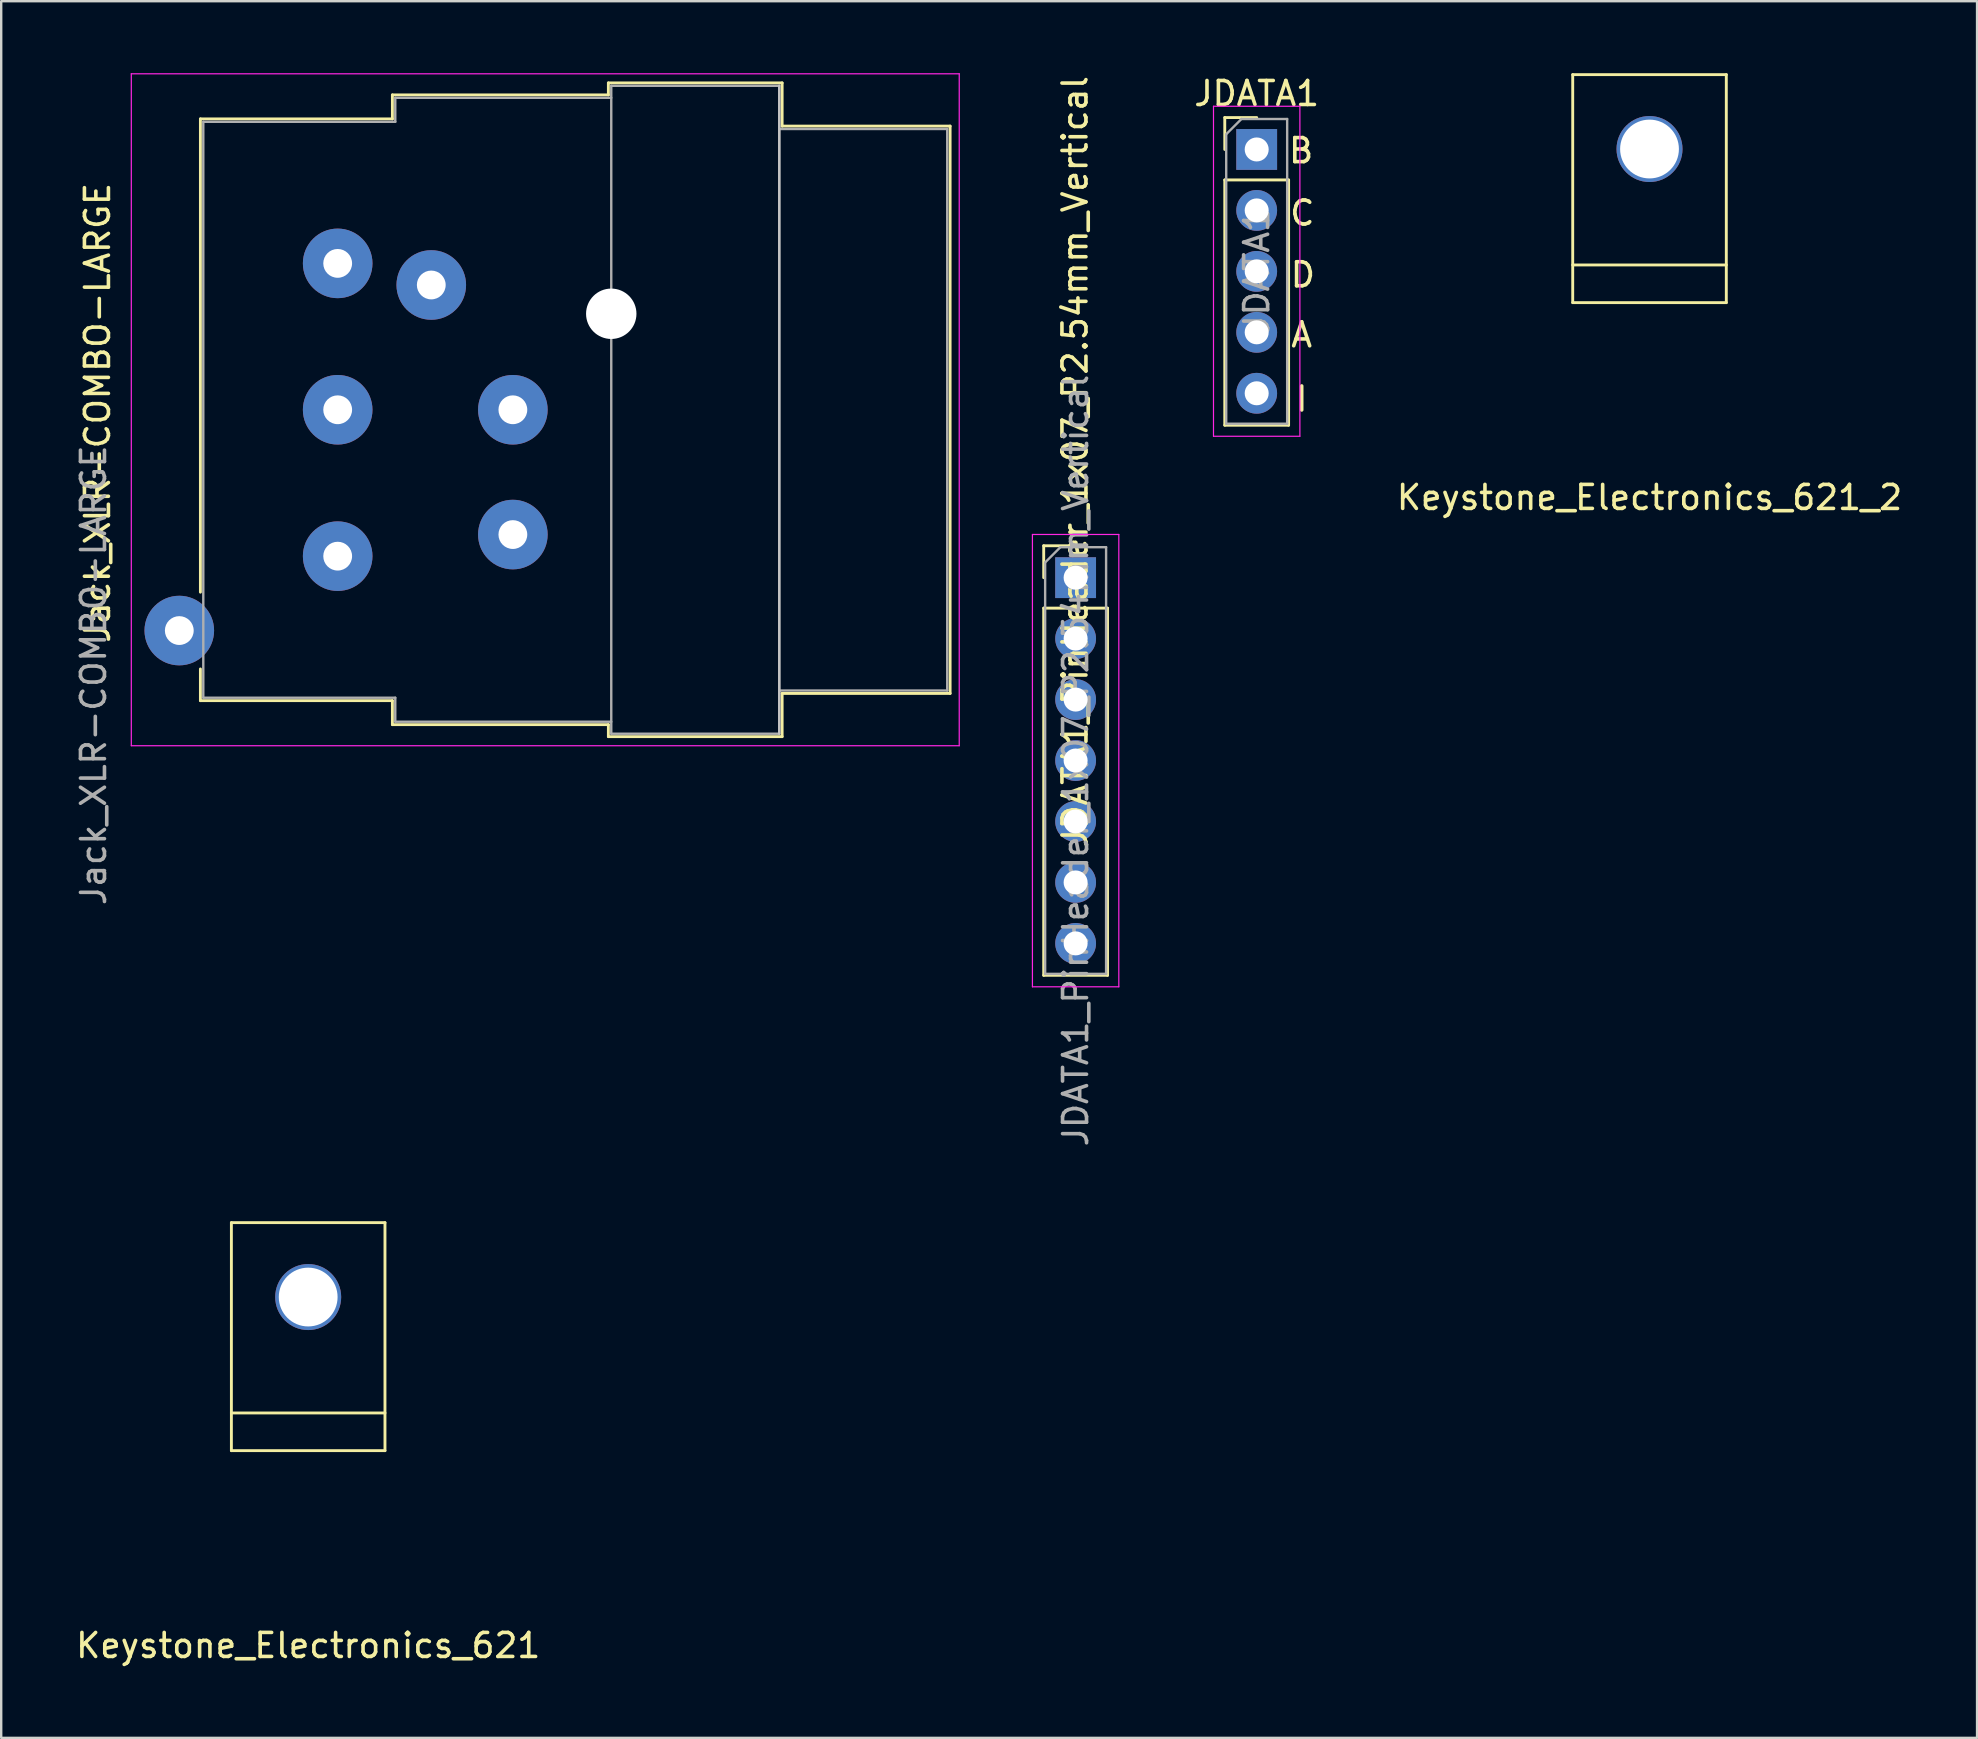
<source format=kicad_pcb>
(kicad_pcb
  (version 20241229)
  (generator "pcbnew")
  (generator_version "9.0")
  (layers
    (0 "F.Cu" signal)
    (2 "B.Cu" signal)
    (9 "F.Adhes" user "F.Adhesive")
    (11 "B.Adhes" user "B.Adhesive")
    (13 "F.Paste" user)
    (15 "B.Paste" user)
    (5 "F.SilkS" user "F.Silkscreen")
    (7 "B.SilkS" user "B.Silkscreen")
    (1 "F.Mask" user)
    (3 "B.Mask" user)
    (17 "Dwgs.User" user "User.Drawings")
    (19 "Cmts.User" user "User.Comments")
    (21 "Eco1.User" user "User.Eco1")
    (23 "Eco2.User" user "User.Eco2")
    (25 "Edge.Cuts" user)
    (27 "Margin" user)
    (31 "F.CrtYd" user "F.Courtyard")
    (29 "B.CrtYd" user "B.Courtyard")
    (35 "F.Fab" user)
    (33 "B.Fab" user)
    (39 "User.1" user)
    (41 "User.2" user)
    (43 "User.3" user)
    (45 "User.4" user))
  (footprint "JDATA1_PinHeader_1x07_P2.54mm_Vertical"
    (layer "F.Cu")
    (at 41.771 21.021)
    (property "Reference" "JDATA1_PinHeader_1x07_P2.54mm_Vertical" (at -0.025 -4.825 90) (layer "F.SilkS") (effects (font (size 1 1) (thickness 0.15))))
    (attr through_hole)
    (fp_line (start -1.33 -1.33) (end 0 -1.33) (stroke (width 0.12) (type solid)) (layer "F.SilkS"))
    (fp_line (start -1.33 0) (end -1.33 -1.33) (stroke (width 0.12) (type solid)) (layer "F.SilkS"))
    (fp_line (start -1.33 1.27) (end -1.33 16.57) (stroke (width 0.12) (type solid)) (layer "F.SilkS"))
    (fp_line (start -1.33 1.27) (end 1.33 1.27) (stroke (width 0.12) (type solid)) (layer "F.SilkS"))
    (fp_line (start -1.33 16.57) (end 1.33 16.57) (stroke (width 0.12) (type solid)) (layer "F.SilkS"))
    (fp_line (start 1.33 1.27) (end 1.33 16.57) (stroke (width 0.12) (type solid)) (layer "F.SilkS"))
    (fp_line (start -1.8 -1.8) (end -1.8 17.05) (stroke (width 0.05) (type solid)) (layer "F.CrtYd"))
    (fp_line (start -1.8 17.05) (end 1.8 17.05) (stroke (width 0.05) (type solid)) (layer "F.CrtYd"))
    (fp_line (start 1.8 -1.8) (end -1.8 -1.8) (stroke (width 0.05) (type solid)) (layer "F.CrtYd"))
    (fp_line (start 1.8 17.05) (end 1.8 -1.8) (stroke (width 0.05) (type solid)) (layer "F.CrtYd"))
    (fp_line (start -1.27 -0.635) (end -0.635 -1.27) (stroke (width 0.1) (type solid)) (layer "F.Fab"))
    (fp_line (start -1.27 16.51) (end -1.27 -0.635) (stroke (width 0.1) (type solid)) (layer "F.Fab"))
    (fp_line (start -0.635 -1.27) (end 1.27 -1.27) (stroke (width 0.1) (type solid)) (layer "F.Fab"))
    (fp_line (start 1.27 -1.27) (end 1.27 16.51) (stroke (width 0.1) (type solid)) (layer "F.Fab"))
    (fp_line (start 1.27 16.51) (end -1.27 16.51) (stroke (width 0.1) (type solid)) (layer "F.Fab"))
    (fp_text user "${REFERENCE}" (at 0 7.62 90) (layer "F.Fab") (effects (font (size 1 1) (thickness 0.15))))
    (pad "1" thru_hole rect (at 0 0) (size 1.7 1.7) (drill 1) (layers "*.Cu" "*.Mask"))
    (pad "2" thru_hole oval (at 0 2.54) (size 1.7 1.7) (drill 1) (layers "*.Cu" "*.Mask"))
    (pad "3" thru_hole oval (at 0 5.08) (size 1.7 1.7) (drill 1) (layers "*.Cu" "*.Mask"))
    (pad "4" thru_hole oval (at 0 7.62) (size 1.7 1.7) (drill 1) (layers "*.Cu" "*.Mask"))
    (pad "5" thru_hole oval (at 0 10.16) (size 1.7 1.7) (drill 1) (layers "*.Cu" "*.Mask"))
    (pad "6" thru_hole oval (at 0 12.7) (size 1.7 1.7) (drill 1) (layers "*.Cu" "*.Mask"))
    (pad "7" thru_hole oval (at 0 15.24) (size 1.7 1.7) (drill 1) (layers "*.Cu" "*.Mask")))
  (footprint "Jack_XLR-COMBO-LARGE"
    (layer "F.Cu")
    (at 11.021 7.925)
    (property "Reference" "Jack_XLR-COMBO-LARGE" (at -10.008 6.227 90) (layer "F.SilkS") (effects (font (size 1 1) (thickness 0.15))))
    (attr through_hole)
    (fp_line (start -5.72 -6.02) (end -5.72 13.7) (stroke (width 0.12) (type solid)) (layer "F.SilkS"))
    (fp_line (start -5.72 16.9) (end -5.72 18.22) (stroke (width 0.12) (type solid)) (layer "F.SilkS"))
    (fp_line (start 2.28 -7.02) (end 2.28 -6.02) (stroke (width 0.12) (type solid)) (layer "F.SilkS"))
    (fp_line (start 2.28 -6.02) (end -5.72 -6.02) (stroke (width 0.12) (type solid)) (layer "F.SilkS"))
    (fp_line (start 2.28 18.22) (end -5.72 18.22) (stroke (width 0.12) (type solid)) (layer "F.SilkS"))
    (fp_line (start 2.28 19.22) (end 2.28 18.22) (stroke (width 0.12) (type solid)) (layer "F.SilkS"))
    (fp_line (start 11.28 -7.02) (end 2.28 -7.02) (stroke (width 0.12) (type solid)) (layer "F.SilkS"))
    (fp_line (start 11.28 -7.02) (end 11.28 -7.52) (stroke (width 0.12) (type solid)) (layer "F.SilkS"))
    (fp_line (start 11.28 19.22) (end 2.28 19.22) (stroke (width 0.12) (type solid)) (layer "F.SilkS"))
    (fp_line (start 11.28 19.72) (end 11.28 19.22) (stroke (width 0.12) (type solid)) (layer "F.SilkS"))
    (fp_line (start 18.52 -7.52) (end 11.28 -7.52) (stroke (width 0.12) (type solid)) (layer "F.SilkS"))
    (fp_line (start 18.52 -7.52) (end 18.52 -5.72) (stroke (width 0.12) (type solid)) (layer "F.SilkS"))
    (fp_line (start 18.52 -5.72) (end 25.52 -5.72) (stroke (width 0.12) (type solid)) (layer "F.SilkS"))
    (fp_line (start 18.52 17.92) (end 18.52 19.72) (stroke (width 0.12) (type solid)) (layer "F.SilkS"))
    (fp_line (start 18.52 17.92) (end 25.52 17.92) (stroke (width 0.12) (type solid)) (layer "F.SilkS"))
    (fp_line (start 18.52 19.72) (end 11.28 19.72) (stroke (width 0.12) (type solid)) (layer "F.SilkS"))
    (fp_line (start 25.52 -5.72) (end 25.52 17.92) (stroke (width 0.12) (type solid)) (layer "F.SilkS"))
    (fp_line (start 18.4 -7.4) (end 18.4 19.6) (stroke (width 0.1) (type solid)) (layer "Dwgs.User"))
    (fp_line (start -8.6 -7.9) (end -8.6 20.1) (stroke (width 0.05) (type solid)) (layer "F.CrtYd"))
    (fp_line (start 25.9 -7.9) (end -8.6 -7.9) (stroke (width 0.05) (type solid)) (layer "F.CrtYd"))
    (fp_line (start 25.9 -7.9) (end 25.9 20.1) (stroke (width 0.05) (type solid)) (layer "F.CrtYd"))
    (fp_line (start 25.9 20.1) (end -8.6 20.1) (stroke (width 0.05) (type solid)) (layer "F.CrtYd"))
    (fp_line (start -5.6 -5.9) (end -5.6 18.1) (stroke (width 0.1) (type solid)) (layer "F.Fab"))
    (fp_line (start -5.6 18.1) (end 2.4 18.1) (stroke (width 0.1) (type solid)) (layer "F.Fab"))
    (fp_line (start 2.4 -6.9) (end 2.4 -5.9) (stroke (width 0.1) (type solid)) (layer "F.Fab"))
    (fp_line (start 2.4 -5.9) (end -5.6 -5.9) (stroke (width 0.1) (type solid)) (layer "F.Fab"))
    (fp_line (start 2.4 18.1) (end 2.4 19.1) (stroke (width 0.1) (type solid)) (layer "F.Fab"))
    (fp_line (start 2.4 19.1) (end 11.4 19.1) (stroke (width 0.1) (type solid)) (layer "F.Fab"))
    (fp_line (start 11.4 -7.4) (end 18.4 -7.4) (stroke (width 0.1) (type solid)) (layer "F.Fab"))
    (fp_line (start 11.4 -6.9) (end 2.4 -6.9) (stroke (width 0.1) (type solid)) (layer "F.Fab"))
    (fp_line (start 11.4 19.6) (end 11.4 -7.4) (stroke (width 0.1) (type solid)) (layer "F.Fab"))
    (fp_line (start 18.4 -7.4) (end 18.4 19.6) (stroke (width 0.1) (type solid)) (layer "F.Fab"))
    (fp_line (start 18.4 -5.6) (end 25.4 -5.6) (stroke (width 0.1) (type solid)) (layer "F.Fab"))
    (fp_line (start 18.4 19.6) (end 11.4 19.6) (stroke (width 0.1) (type solid)) (layer "F.Fab"))
    (fp_line (start 25.4 -5.6) (end 25.4 17.8) (stroke (width 0.1) (type solid)) (layer "F.Fab"))
    (fp_line (start 25.4 17.8) (end 18.4 17.8) (stroke (width 0.1) (type solid)) (layer "F.Fab"))
    (fp_text user "${REFERENCE}" (at -10.173 17.162 90) (layer "F.Fab") (effects (font (size 1 1) (thickness 0.15))))
    (pad "" np_thru_hole circle (at 11.4 2.1) (size 2.1 2.1) (drill 2.1) (layers "*.Cu" "*.Mask"))
    (pad "1" thru_hole circle (at 0 0) (size 2.9 2.9) (drill 1.2) (layers "*.Cu" "*.Mask"))
    (pad "2" thru_hole circle (at 0 12.2) (size 2.9 2.9) (drill 1.2) (layers "*.Cu" "*.Mask"))
    (pad "3" thru_hole circle (at 0 6.1) (size 2.9 2.9) (drill 1.2) (layers "*.Cu" "*.Mask"))
    (pad "G" thru_hole circle (at 7.3 6.1) (size 2.9 2.9) (drill 1.2) (layers "*.Cu" "*.Mask"))
    (pad "R" thru_hole circle (at 3.9 0.9) (size 2.9 2.9) (drill 1.2) (layers "*.Cu" "*.Mask"))
    (pad "S" thru_hole circle (at 7.3 11.3) (size 2.9 2.9) (drill 1.2) (layers "*.Cu" "*.Mask"))
    (pad "T" thru_hole circle (at -6.6 15.3) (size 2.9 2.9) (drill 1.2) (layers "*.Cu" "*.Mask")))
  (footprint "JDATA1"
    (layer "F.Cu")
    (at 49.316 3.178)
    (property "Reference" "JDATA1" (at 0 -2.33 0) (layer "F.SilkS") (effects (font (size 1 1) (thickness 0.15))))
    (attr through_hole)
    (fp_line (start -1.33 -1.33) (end 0 -1.33) (stroke (width 0.12) (type solid)) (layer "F.SilkS"))
    (fp_line (start -1.33 0) (end -1.33 -1.33) (stroke (width 0.12) (type solid)) (layer "F.SilkS"))
    (fp_line (start -1.33 1.27) (end -1.33 11.49) (stroke (width 0.12) (type solid)) (layer "F.SilkS"))
    (fp_line (start -1.33 1.27) (end 1.33 1.27) (stroke (width 0.12) (type solid)) (layer "F.SilkS"))
    (fp_line (start -1.33 11.49) (end 1.33 11.49) (stroke (width 0.12) (type solid)) (layer "F.SilkS"))
    (fp_line (start 1.33 1.27) (end 1.33 11.49) (stroke (width 0.12) (type solid)) (layer "F.SilkS"))
    (fp_line (start -1.8 -1.8) (end -1.8 11.95) (stroke (width 0.05) (type solid)) (layer "F.CrtYd"))
    (fp_line (start -1.8 11.95) (end 1.8 11.95) (stroke (width 0.05) (type solid)) (layer "F.CrtYd"))
    (fp_line (start 1.8 -1.8) (end -1.8 -1.8) (stroke (width 0.05) (type solid)) (layer "F.CrtYd"))
    (fp_line (start 1.8 11.95) (end 1.8 -1.8) (stroke (width 0.05) (type solid)) (layer "F.CrtYd"))
    (fp_line (start -1.27 -0.635) (end -0.635 -1.27) (stroke (width 0.1) (type solid)) (layer "F.Fab"))
    (fp_line (start -1.27 11.43) (end -1.27 -0.635) (stroke (width 0.1) (type solid)) (layer "F.Fab"))
    (fp_line (start -0.635 -1.27) (end 1.27 -1.27) (stroke (width 0.1) (type solid)) (layer "F.Fab"))
    (fp_line (start 1.27 -1.27) (end 1.27 11.43) (stroke (width 0.1) (type solid)) (layer "F.Fab"))
    (fp_line (start 1.27 11.43) (end -1.27 11.43) (stroke (width 0.1) (type solid)) (layer "F.Fab"))
    (fp_text user "I" (at 1.875 10.4 0) (unlocked yes) (layer "F.SilkS") (effects (font (size 1 1) (thickness 0.15))))
    (fp_text user "D" (at 1.925 5.225 0) (unlocked yes) (layer "F.SilkS") (effects (font (size 1 1) (thickness 0.15))))
    (fp_text user "A" (at 1.875 7.725 0) (unlocked yes) (layer "F.SilkS") (effects (font (size 1 1) (thickness 0.15))))
    (fp_text user "B" (at 1.85 0.05 0) (unlocked yes) (layer "F.SilkS") (effects (font (size 1 1) (thickness 0.15))))
    (fp_text user "C" (at 1.9 2.65 0) (unlocked yes) (layer "F.SilkS") (effects (font (size 1 1) (thickness 0.15))))
    (fp_text user "${REFERENCE}" (at 0 5.08 90) (layer "F.Fab") (effects (font (size 1 1) (thickness 0.15))))
    (pad "1" thru_hole rect (at 0 0) (size 1.7 1.7) (drill 1) (layers "*.Cu" "*.Mask"))
    (pad "2" thru_hole oval (at 0 2.54) (size 1.7 1.7) (drill 1) (layers "*.Cu" "*.Mask"))
    (pad "3" thru_hole oval (at 0 5.08) (size 1.7 1.7) (drill 1) (layers "*.Cu" "*.Mask"))
    (pad "4" thru_hole oval (at 0 7.62) (size 1.7 1.7) (drill 1) (layers "*.Cu" "*.Mask"))
    (pad "5" thru_hole oval (at 0 10.16) (size 1.7 1.7) (drill 1) (layers "*.Cu" "*.Mask")))
  (footprint "Keystone_Electronics_621_2"
    (layer "F.Cu")
    (at 65.685 9.56)
    (property "Reference" "Keystone_Electronics_621_2" (at 0 8.12 0) (layer "F.SilkS") (effects (font (size 1 1) (thickness 0.15))))
    (attr through_hole)
    (fp_line (start -3.2 -9.5) (end 3.2 -9.5) (stroke (width 0.12) (type solid)) (layer "F.SilkS"))
    (fp_line (start -3.2 -1.57) (end 3.2 -1.57) (stroke (width 0.12) (type solid)) (layer "F.SilkS"))
    (fp_line (start -3.2 0) (end -3.2 -9.5) (stroke (width 0.12) (type solid)) (layer "F.SilkS"))
    (fp_line (start -3.2 0) (end 3.2 0) (stroke (width 0.12) (type solid)) (layer "F.SilkS"))
    (fp_line (start 3.2 0) (end 3.2 -9.5) (stroke (width 0.12) (type solid)) (layer "F.SilkS"))
    (pad "1" thru_hole circle (at 0 -6.4 90) (size 2.75 2.75) (drill 2.45) (layers "*.Cu" "*.Mask")))
  (footprint "Keystone_Electronics_621"
    (layer "F.Cu")
    (at 9.792 57.398)
    (property "Reference" "Keystone_Electronics_621" (at 0 8.12 0) (layer "F.SilkS") (effects (font (size 1 1) (thickness 0.15))))
    (attr through_hole)
    (fp_line (start -3.2 -9.5) (end 3.2 -9.5) (stroke (width 0.12) (type solid)) (layer "F.SilkS"))
    (fp_line (start -3.2 -1.57) (end 3.2 -1.57) (stroke (width 0.12) (type solid)) (layer "F.SilkS"))
    (fp_line (start -3.2 0) (end -3.2 -9.5) (stroke (width 0.12) (type solid)) (layer "F.SilkS"))
    (fp_line (start -3.2 0) (end 3.2 0) (stroke (width 0.12) (type solid)) (layer "F.SilkS"))
    (fp_line (start 3.2 0) (end 3.2 -9.5) (stroke (width 0.12) (type solid)) (layer "F.SilkS"))
    (pad "1" thru_hole circle (at 0 -6.4 90) (size 2.75 2.75) (drill 2.45) (layers "*.Cu" "*.Mask")))
  (gr_rect
    (start -3 -3)
    (end 79.334 69.366)
    (stroke (width 0.1) (type default))
    (fill no)
    (layer "Edge.Cuts")))
</source>
